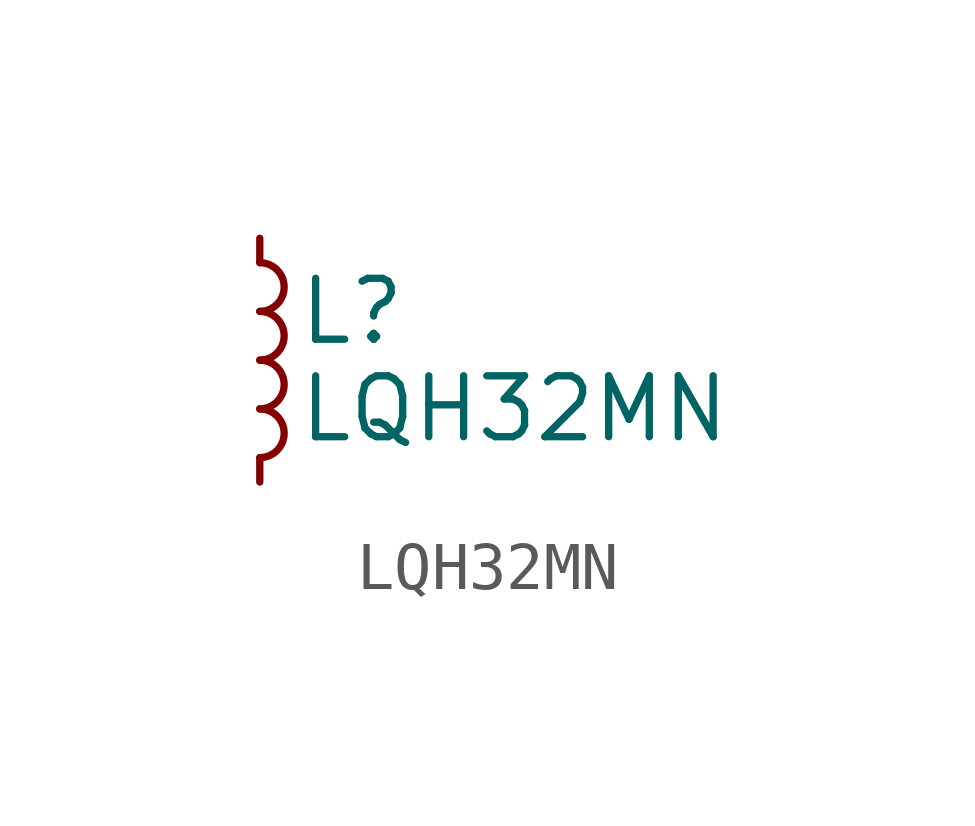
<source format=kicad_sym>
(kicad_symbol_lib
  (version 20211014)
  (generator kicad_symbol_editor)
  (symbol "LQH32MN"
    (pin_numbers hide)
    (pin_names
      (offset 0.254) hide)
    (property "Reference" "L"
      (at 0.762 1.016 0)
      (effects (font (size 1.27 1.27)) (justify left)))
    (property "Value" "LQH32MN"
      (at 0.762 -1.016 0)
      (effects (font (size 1.27 1.27)) (justify left)))
    (symbol "LQH32MN_0_1"
      (arc (start 0 -2.032) (mid 0.508 -1.524) (end 0 -1.016) (stroke (width 0) (type default) (color 0 0 0 0)) (fill (type none)))
      (arc (start 0 -1.016) (mid 0.508 -0.508) (end 0 0) (stroke (width 0) (type default) (color 0 0 0 0)) (fill (type none)))
      (arc (start 0 0) (mid 0.508 0.508) (end 0 1.016) (stroke (width 0) (type default) (color 0 0 0 0)) (fill (type none)))
      (arc (start 0 1.016) (mid 0.508 1.524) (end 0 2.032) (stroke (width 0) (type default) (color 0 0 0 0)) (fill (type none))))
    (symbol "LQH32MN_1_1"
      (pin passive line (at 0 2.54 270) (length 0.508) (name "~" (effects (font (size 1.27 1.27)))) (number "1" (effects (font (size 1.27 1.27)))))
      (pin passive line (at 0 -2.54 90) (length 0.508) (name "~" (effects (font (size 1.27 1.27)))) (number "2" (effects (font (size 1.27 1.27))))))))
</source>
